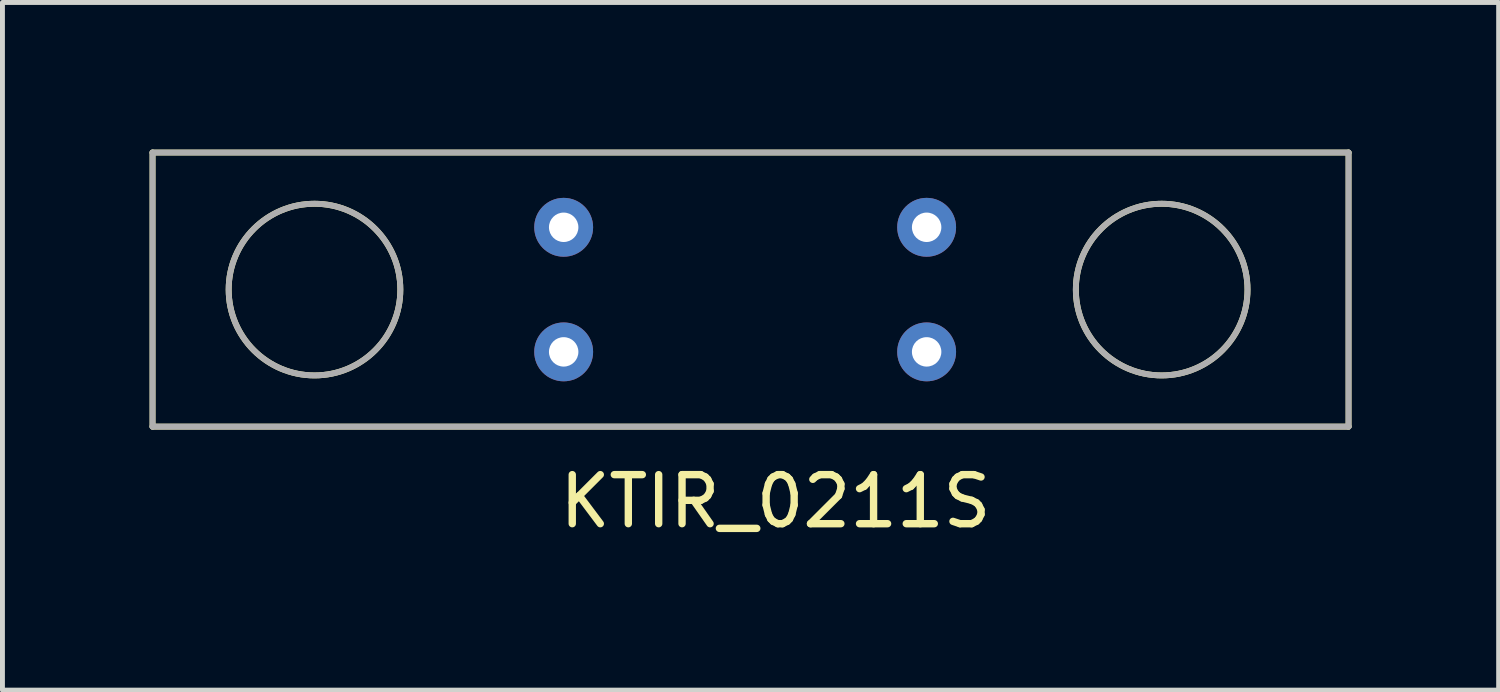
<source format=kicad_pcb>
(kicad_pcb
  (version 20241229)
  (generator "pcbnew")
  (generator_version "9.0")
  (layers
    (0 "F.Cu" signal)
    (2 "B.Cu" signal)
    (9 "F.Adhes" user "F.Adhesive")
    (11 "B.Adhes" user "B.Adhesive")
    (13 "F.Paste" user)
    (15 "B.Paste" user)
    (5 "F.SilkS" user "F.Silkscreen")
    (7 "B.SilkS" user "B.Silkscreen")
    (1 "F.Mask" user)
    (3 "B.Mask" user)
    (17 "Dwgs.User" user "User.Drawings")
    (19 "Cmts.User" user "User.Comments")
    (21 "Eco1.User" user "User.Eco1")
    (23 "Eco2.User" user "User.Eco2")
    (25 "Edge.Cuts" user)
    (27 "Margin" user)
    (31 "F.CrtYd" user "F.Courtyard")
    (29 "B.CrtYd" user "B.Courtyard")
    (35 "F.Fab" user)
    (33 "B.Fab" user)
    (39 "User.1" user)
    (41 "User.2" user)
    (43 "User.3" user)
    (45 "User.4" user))
  (footprint "KTIR_0211S"
    (layer "F.Cu")
    (at 8.442 4.124)
    (property "Reference" "KTIR_0211S" (at 4.318 3.048 0) (layer "F.SilkS") (effects (font (size 1 1) (thickness 0.15))))
    (attr through_hole)
    (fp_line (start -8.382 -4.064) (end 16.002 -4.064) (stroke (width 0.12) (type solid)) (layer "F.SilkS"))
    (fp_line (start -8.382 1.524) (end -8.382 -4.064) (stroke (width 0.12) (type solid)) (layer "F.SilkS"))
    (fp_line (start 16.002 -4.064) (end 16.002 1.524) (stroke (width 0.12) (type solid)) (layer "F.SilkS"))
    (fp_line (start 16.002 1.524) (end -8.382 1.524) (stroke (width 0.12) (type solid)) (layer "F.SilkS"))
    (fp_circle (center -5.08 -1.27) (end -3.33 -1.27) (stroke (width 0.12) (type solid)) (fill no) (layer "F.SilkS"))
    (fp_circle (center 12.192 -1.27) (end 13.942 -1.27) (stroke (width 0.12) (type solid)) (fill no) (layer "F.SilkS"))
    (fp_line (start -8.382 -4.064) (end 16.002 -4.064) (stroke (width 0.12) (type solid)) (layer "F.Fab"))
    (fp_line (start -8.382 1.524) (end -8.382 -4.064) (stroke (width 0.12) (type solid)) (layer "F.Fab"))
    (fp_line (start 16.002 -4.064) (end 16.002 1.524) (stroke (width 0.12) (type solid)) (layer "F.Fab"))
    (fp_line (start 16.002 1.524) (end -8.382 1.524) (stroke (width 0.12) (type solid)) (layer "F.Fab"))
    (fp_circle (center -5.08 -1.27) (end -3.33 -1.27) (stroke (width 0.12) (type solid)) (fill no) (layer "F.Fab"))
    (fp_circle (center 12.192 -1.27) (end 13.942 -1.27) (stroke (width 0.12) (type solid)) (fill no) (layer "F.Fab"))
    (pad "1" thru_hole circle (at 0 0) (size 1.2 1.2) (drill 0.6) (layers "*.Cu" "*.Mask"))
    (pad "2" thru_hole circle (at 0 -2.54) (size 1.2 1.2) (drill 0.6) (layers "*.Cu" "*.Mask"))
    (pad "3" thru_hole circle (at 7.4 -2.54) (size 1.2 1.2) (drill 0.6) (layers "*.Cu" "*.Mask"))
    (pad "4" thru_hole circle (at 7.4 0) (size 1.2 1.2) (drill 0.6) (layers "*.Cu" "*.Mask")))
  (gr_rect
    (start -3 -3)
    (end 27.504 11.02)
    (stroke (width 0.1) (type default))
    (fill no)
    (layer "Edge.Cuts")))
</source>
